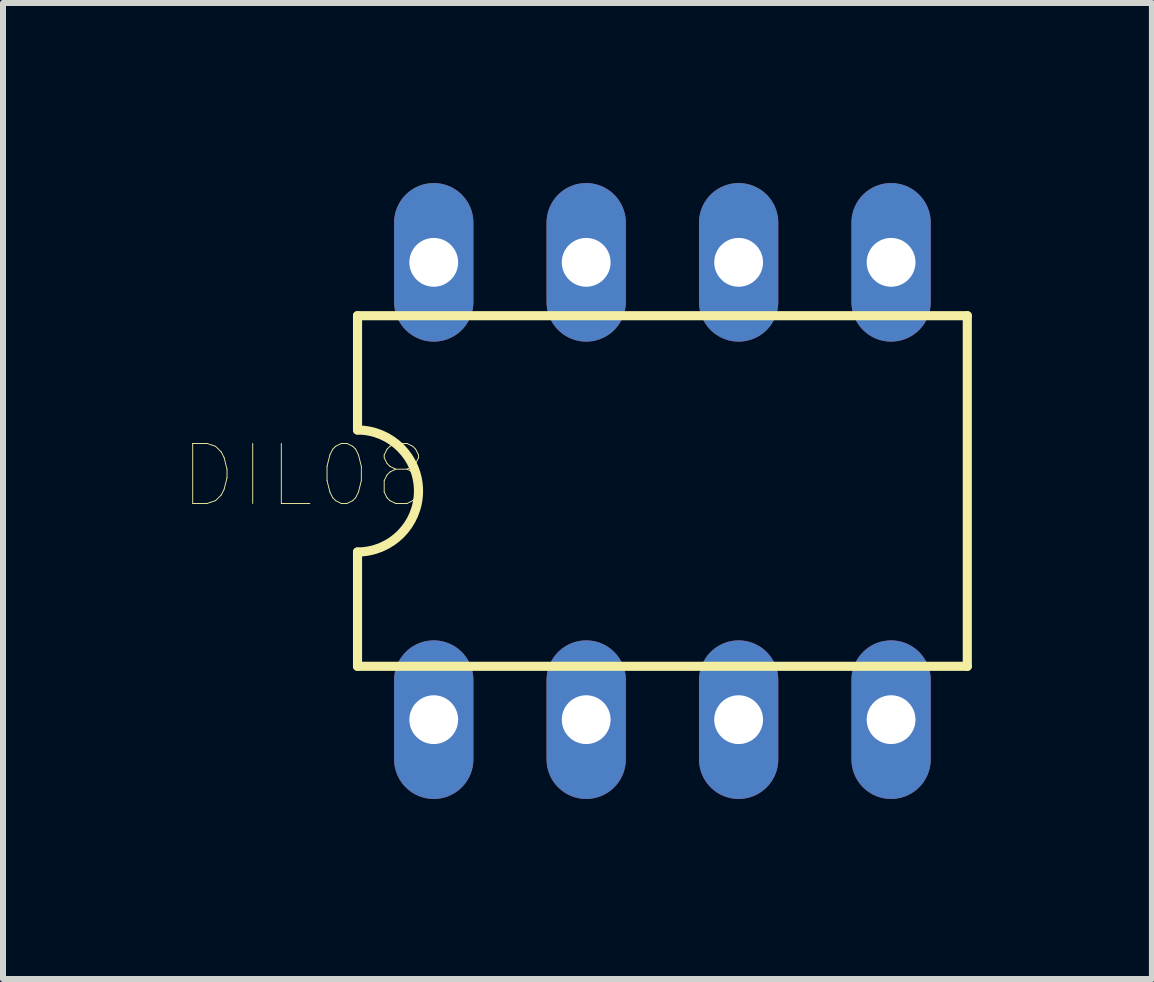
<source format=kicad_pcb>
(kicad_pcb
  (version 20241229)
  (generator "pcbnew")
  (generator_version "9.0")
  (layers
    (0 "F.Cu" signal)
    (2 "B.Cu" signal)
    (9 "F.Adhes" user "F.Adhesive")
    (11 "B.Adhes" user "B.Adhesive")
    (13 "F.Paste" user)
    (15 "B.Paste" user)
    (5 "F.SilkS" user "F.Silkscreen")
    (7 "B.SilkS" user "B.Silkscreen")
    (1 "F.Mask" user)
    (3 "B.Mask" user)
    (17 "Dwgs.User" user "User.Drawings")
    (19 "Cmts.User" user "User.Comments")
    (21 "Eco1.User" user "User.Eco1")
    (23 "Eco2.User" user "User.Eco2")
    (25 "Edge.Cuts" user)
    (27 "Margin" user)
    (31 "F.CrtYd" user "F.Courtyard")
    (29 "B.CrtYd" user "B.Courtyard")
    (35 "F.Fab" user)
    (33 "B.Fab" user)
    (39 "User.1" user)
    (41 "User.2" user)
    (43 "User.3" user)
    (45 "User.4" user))
  (footprint "DIL08"
    (layer "F.Cu")
    (at 7.987 5.131)
    (property "Reference" "DIL08" (at -5.969 -0.254 180) (layer "F.SilkS") (effects (font (size 1 1) (thickness 0.015))))
    (attr through_hole)
    (fp_line (start -5.08 -2.921) (end -5.08 -1.016) (stroke (width 0.152) (type solid)) (layer "F.SilkS"))
    (fp_line (start -5.08 2.921) (end -5.08 1.016) (stroke (width 0.152) (type solid)) (layer "F.SilkS"))
    (fp_line (start -5.08 2.921) (end 5.08 2.921) (stroke (width 0.152) (type solid)) (layer "F.SilkS"))
    (fp_line (start 5.08 -2.921) (end -5.08 -2.921) (stroke (width 0.152) (type solid)) (layer "F.SilkS"))
    (fp_line (start 5.08 -2.921) (end 5.08 2.921) (stroke (width 0.152) (type solid)) (layer "F.SilkS"))
    (fp_arc (start -5.08 -1.016) (mid -4.064 0) (end -5.08 1.016) (stroke (width 0.1524) (type solid)) (layer "F.SilkS"))
    (pad "1" thru_hole oval (at -3.81 3.81) (size 1.321 2.642) (drill 0.813) (layers "*.Cu" "*.Mask"))
    (pad "2" thru_hole oval (at -1.27 3.81) (size 1.321 2.642) (drill 0.813) (layers "*.Cu" "*.Mask"))
    (pad "3" thru_hole oval (at 1.27 3.81) (size 1.321 2.642) (drill 0.813) (layers "*.Cu" "*.Mask"))
    (pad "4" thru_hole oval (at 3.81 3.81) (size 1.321 2.642) (drill 0.813) (layers "*.Cu" "*.Mask"))
    (pad "5" thru_hole oval (at 3.81 -3.81) (size 1.321 2.642) (drill 0.813) (layers "*.Cu" "*.Mask"))
    (pad "6" thru_hole oval (at 1.27 -3.81) (size 1.321 2.642) (drill 0.813) (layers "*.Cu" "*.Mask"))
    (pad "7" thru_hole oval (at -1.27 -3.81) (size 1.321 2.642) (drill 0.813) (layers "*.Cu" "*.Mask"))
    (pad "8" thru_hole oval (at -3.81 -3.81) (size 1.321 2.642) (drill 0.813) (layers "*.Cu" "*.Mask")))
  (gr_rect
    (start -3 -3)
    (end 16.143 13.262)
    (stroke (width 0.1) (type default))
    (fill no)
    (layer "Edge.Cuts")))
</source>
